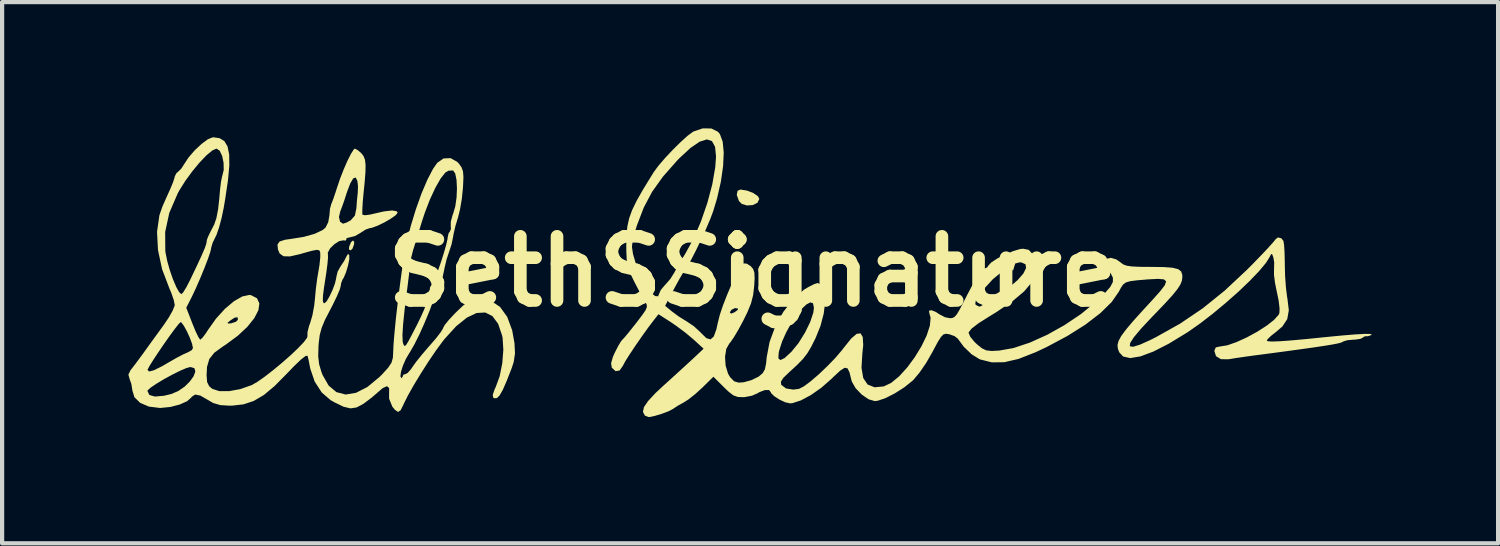
<source format=kicad_pcb>
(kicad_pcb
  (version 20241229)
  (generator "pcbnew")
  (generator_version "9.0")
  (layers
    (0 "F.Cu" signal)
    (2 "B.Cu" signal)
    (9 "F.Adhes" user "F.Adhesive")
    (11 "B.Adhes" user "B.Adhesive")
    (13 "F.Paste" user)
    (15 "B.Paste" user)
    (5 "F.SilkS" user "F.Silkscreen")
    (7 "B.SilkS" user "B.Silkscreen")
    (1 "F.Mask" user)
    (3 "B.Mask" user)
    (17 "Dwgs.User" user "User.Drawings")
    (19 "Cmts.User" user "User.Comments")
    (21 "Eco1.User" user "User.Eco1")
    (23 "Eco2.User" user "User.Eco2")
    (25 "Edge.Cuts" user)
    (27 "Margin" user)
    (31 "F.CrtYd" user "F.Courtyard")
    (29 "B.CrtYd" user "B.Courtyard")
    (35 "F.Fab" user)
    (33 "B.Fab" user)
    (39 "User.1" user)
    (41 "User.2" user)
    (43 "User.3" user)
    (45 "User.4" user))
  (footprint "SethSSignature"
    (layer "F.Cu")
    (at 14.828 3.399)
    (property "Reference" "SethSSignature" (at 0 0 0) (layer "F.SilkS") (effects (font (size 1.524 1.524) (thickness 0.3))))
    (attr board_only exclude_from_pos_files exclude_from_bom)
    (fp_poly (pts (xy -9.464 -0.701) (xy -9.466 -0.645) (xy -9.505 -0.54) (xy -9.548 -0.501) (xy -9.589 -0.523) (xy -9.582 -0.592) (xy -9.538 -0.697) (xy -9.491 -0.737)) (stroke (width 0) (type solid)) (fill yes) (layer "F.SilkS"))
    (fp_poly (pts (xy -0.134 -1.922) (xy 0.016 -1.864) (xy 0.127 -1.789) (xy 0.162 -1.724) (xy 0.117 -1.631) (xy 0.008 -1.578) (xy -0.129 -1.567) (xy -0.254 -1.604) (xy -0.322 -1.672) (xy -0.374 -1.817) (xy -0.356 -1.915) (xy -0.288 -1.946)) (stroke (width 0) (type solid)) (fill yes) (layer "F.SilkS"))
    (fp_poly (pts (xy -0.981 -3.397) (xy -0.823 -3.32) (xy -0.776 -3.265) (xy -0.709 -3.085) (xy -0.684 -2.824) (xy -0.699 -2.5) (xy -0.752 -2.132) (xy -0.842 -1.737) (xy -0.934 -1.432) (xy -1.003 -1.248) (xy -1.101 -1.017) (xy -1.217 -0.764) (xy -1.337 -0.514) (xy -1.45 -0.293) (xy -1.543 -0.127) (xy -1.593 -0.054) (xy -1.649 0.03) (xy -1.738 0.182) (xy -1.842 0.372) (xy -1.868 0.421) (xy -2.076 0.816) (xy -1.916 0.949) (xy -1.755 1.068) (xy -1.577 1.179) (xy -1.561 1.188) (xy -1.39 1.304) (xy -1.235 1.447) (xy -1.223 1.461) (xy -1.097 1.584) (xy -0.998 1.614) (xy -0.921 1.546) (xy -0.859 1.376) (xy -0.824 1.216) (xy -0.778 1.034) (xy -0.758 0.973) (xy -0.54 0.973) (xy -0.508 1.002) (xy -0.428 0.97) (xy -0.352 0.914) (xy -0.344 0.881) (xy -0.416 0.87) (xy -0.501 0.912) (xy -0.54 0.973) (xy -0.758 0.973) (xy -0.702 0.807) (xy -0.605 0.558) (xy -0.499 0.31) (xy -0.393 0.088) (xy -0.298 -0.084) (xy -0.224 -0.182) (xy -0.212 -0.192) (xy -0.135 -0.185) (xy -0.045 -0.127) (xy 0.014 -0.06) (xy 0.044 0.027) (xy 0.05 0.163) (xy 0.04 0.344) (xy 0.015 0.561) (xy -0.035 0.756) (xy -0.123 0.972) (xy -0.22 1.169) (xy -0.333 1.379) (xy -0.44 1.559) (xy -0.524 1.682) (xy -0.551 1.712) (xy -0.624 1.841) (xy -0.653 2.029) (xy -0.639 2.238) (xy -0.582 2.427) (xy -0.532 2.512) (xy -0.436 2.61) (xy -0.33 2.641) (xy -0.21 2.633) (xy -0.025 2.582) (xy 0.144 2.499) (xy 0.152 2.493) (xy 0.241 2.417) (xy 0.294 2.325) (xy 0.323 2.183) (xy 0.334 2.064) (xy 0.614 2.064) (xy 0.662 2.106) (xy 0.764 2.056) (xy 0.917 1.915) (xy 0.927 1.905) (xy 1.095 1.698) (xy 1.247 1.453) (xy 1.369 1.204) (xy 1.444 0.98) (xy 1.459 0.861) (xy 1.436 0.756) (xy 1.373 0.735) (xy 1.28 0.784) (xy 1.166 0.893) (xy 1.042 1.047) (xy 0.917 1.235) (xy 0.801 1.445) (xy 0.703 1.663) (xy 0.634 1.878) (xy 0.622 1.932) (xy 0.614 2.064) (xy 0.334 2.064) (xy 0.336 2.042) (xy 0.405 1.675) (xy 0.541 1.306) (xy 0.732 0.96) (xy 0.963 0.662) (xy 1.217 0.437) (xy 1.318 0.376) (xy 1.464 0.301) (xy 1.547 0.275) (xy 1.6 0.296) (xy 1.649 0.352) (xy 1.712 0.508) (xy 1.725 0.733) (xy 1.691 1.005) (xy 1.613 1.299) (xy 1.5 1.578) (xy 1.396 1.787) (xy 1.304 1.942) (xy 1.201 2.076) (xy 1.063 2.218) (xy 0.866 2.399) (xy 0.732 2.528) (xy 0.675 2.617) (xy 0.679 2.684) (xy 0.686 2.696) (xy 0.797 2.78) (xy 0.97 2.807) (xy 1.107 2.788) (xy 1.22 2.73) (xy 1.382 2.609) (xy 1.574 2.444) (xy 1.775 2.253) (xy 1.966 2.056) (xy 2.124 1.871) (xy 2.174 1.806) (xy 2.344 1.594) (xy 2.475 1.482) (xy 2.568 1.471) (xy 2.619 1.56) (xy 2.63 1.749) (xy 2.609 1.956) (xy 2.589 2.287) (xy 2.63 2.531) (xy 2.733 2.685) (xy 2.898 2.752) (xy 3.118 2.731) (xy 3.294 2.647) (xy 3.484 2.491) (xy 3.675 2.281) (xy 3.855 2.037) (xy 4.013 1.778) (xy 4.137 1.523) (xy 4.213 1.29) (xy 4.231 1.1) (xy 4.204 1.005) (xy 4.191 0.935) (xy 4.248 0.92) (xy 4.354 0.961) (xy 4.438 1.017) (xy 4.574 1.088) (xy 4.691 1.111) (xy 4.75 1.105) (xy 4.8 1.079) (xy 4.854 1.018) (xy 4.922 0.903) (xy 4.991 0.771) (xy 5.293 0.771) (xy 5.304 0.794) (xy 5.385 0.835) (xy 5.424 0.826) (xy 5.497 0.781) (xy 5.633 0.694) (xy 5.806 0.582) (xy 5.842 0.559) (xy 6.101 0.376) (xy 6.301 0.203) (xy 6.435 0.048) (xy 6.499 -0.08) (xy 6.486 -0.17) (xy 6.391 -0.214) (xy 6.344 -0.216) (xy 6.242 -0.189) (xy 6.215 -0.105) (xy 6.193 -0.029) (xy 6.158 -0.029) (xy 6.045 -0.038) (xy 5.891 0.036) (xy 5.709 0.185) (xy 5.516 0.395) (xy 5.376 0.576) (xy 5.304 0.696) (xy 5.293 0.771) (xy 4.991 0.771) (xy 5.018 0.72) (xy 5.109 0.54) (xy 5.201 0.367) (xy 5.285 0.224) (xy 5.331 0.158) (xy 5.392 0.059) (xy 5.404 0.009) (xy 5.448 -0.047) (xy 5.487 -0.054) (xy 5.577 -0.098) (xy 5.602 -0.138) (xy 5.672 -0.214) (xy 5.814 -0.307) (xy 5.996 -0.401) (xy 6.186 -0.481) (xy 6.352 -0.531) (xy 6.428 -0.54) (xy 6.563 -0.513) (xy 6.656 -0.411) (xy 6.673 -0.381) (xy 6.745 -0.169) (xy 6.735 0.04) (xy 6.64 0.253) (xy 6.454 0.473) (xy 6.174 0.709) (xy 5.795 0.965) (xy 5.638 1.061) (xy 5.372 1.229) (xy 5.205 1.357) (xy 5.136 1.445) (xy 5.134 1.459) (xy 5.172 1.55) (xy 5.27 1.67) (xy 5.332 1.73) (xy 5.451 1.826) (xy 5.553 1.875) (xy 5.681 1.889) (xy 5.859 1.88) (xy 6.198 1.82) (xy 6.585 1.692) (xy 6.998 1.506) (xy 7.412 1.275) (xy 7.805 1.011) (xy 8.153 0.725) (xy 8.158 0.72) (xy 8.367 0.519) (xy 8.499 0.368) (xy 8.561 0.25) (xy 8.562 0.149) (xy 8.51 0.047) (xy 8.488 0.019) (xy 8.41 -0.109) (xy 8.377 -0.222) (xy 8.377 -0.223) (xy 8.417 -0.303) (xy 8.516 -0.323) (xy 8.643 -0.286) (xy 8.742 -0.216) (xy 8.806 -0.168) (xy 8.888 -0.137) (xy 9.012 -0.119) (xy 9.199 -0.11) (xy 9.471 -0.108) (xy 9.772 -0.104) (xy 9.98 -0.088) (xy 10.112 -0.055) (xy 10.183 -0.000413) (xy 10.21 0.082) (xy 10.212 0.132) (xy 10.201 0.218) (xy 10.166 0.309) (xy 10.095 0.419) (xy 9.98 0.562) (xy 9.81 0.749) (xy 9.575 0.995) (xy 9.495 1.077) (xy 9.237 1.352) (xy 9.062 1.56) (xy 8.971 1.701) (xy 8.964 1.777) (xy 9.041 1.79) (xy 9.203 1.74) (xy 9.45 1.629) (xy 9.588 1.559) (xy 10.161 1.238) (xy 10.696 0.876) (xy 11.217 0.456) (xy 11.748 -0.041) (xy 11.889 -0.183) (xy 12.079 -0.379) (xy 12.24 -0.549) (xy 12.357 -0.679) (xy 12.417 -0.751) (xy 12.421 -0.759) (xy 12.48 -0.808) (xy 12.563 -0.788) (xy 12.613 -0.725) (xy 12.628 -0.635) (xy 12.639 -0.467) (xy 12.645 -0.25) (xy 12.646 -0.147) (xy 12.653 0.118) (xy 12.673 0.385) (xy 12.7 0.604) (xy 12.708 0.647) (xy 12.741 0.921) (xy 12.704 1.132) (xy 12.588 1.308) (xy 12.443 1.432) (xy 12.315 1.533) (xy 12.233 1.614) (xy 12.217 1.641) (xy 12.248 1.659) (xy 12.349 1.665) (xy 12.527 1.658) (xy 12.791 1.639) (xy 13.148 1.607) (xy 13.538 1.567) (xy 13.978 1.524) (xy 14.313 1.496) (xy 14.546 1.483) (xy 14.678 1.485) (xy 14.712 1.502) (xy 14.702 1.511) (xy 14.614 1.541) (xy 14.584 1.536) (xy 14.525 1.549) (xy 14.511 1.566) (xy 14.439 1.602) (xy 14.306 1.621) (xy 14.275 1.621) (xy 14.129 1.634) (xy 14.03 1.665) (xy 14.021 1.672) (xy 13.984 1.69) (xy 13.899 1.712) (xy 13.758 1.739) (xy 13.553 1.772) (xy 13.275 1.813) (xy 12.916 1.863) (xy 12.467 1.924) (xy 11.919 1.996) (xy 11.916 1.996) (xy 11.686 2.028) (xy 11.474 2.059) (xy 11.323 2.084) (xy 11.308 2.086) (xy 11.129 2.085) (xy 11.011 2.012) (xy 10.971 1.885) (xy 11.006 1.804) (xy 11.105 1.783) (xy 11.279 1.755) (xy 11.499 1.678) (xy 11.743 1.567) (xy 11.989 1.433) (xy 12.212 1.29) (xy 12.389 1.152) (xy 12.498 1.03) (xy 12.518 0.986) (xy 12.521 0.874) (xy 12.5 0.697) (xy 12.458 0.49) (xy 12.456 0.484) (xy 12.413 0.273) (xy 12.389 0.084) (xy 12.389 -0.042) (xy 12.389 -0.043) (xy 12.394 -0.208) (xy 12.376 -0.324) (xy 12.344 -0.414) (xy 12.317 -0.407) (xy 12.293 -0.356) (xy 12.2 -0.206) (xy 12.035 -0.008) (xy 11.811 0.226) (xy 11.544 0.481) (xy 11.248 0.743) (xy 10.939 1) (xy 10.632 1.237) (xy 10.341 1.441) (xy 10.322 1.453) (xy 9.892 1.715) (xy 9.522 1.904) (xy 9.215 2.018) (xy 8.975 2.058) (xy 8.804 2.021) (xy 8.711 1.919) (xy 8.679 1.832) (xy 8.671 1.746) (xy 8.696 1.651) (xy 8.759 1.534) (xy 8.87 1.384) (xy 9.034 1.189) (xy 9.261 0.937) (xy 9.494 0.684) (xy 9.684 0.472) (xy 9.796 0.326) (xy 9.826 0.234) (xy 9.773 0.188) (xy 9.634 0.176) (xy 9.407 0.188) (xy 9.39 0.189) (xy 9.14 0.21) (xy 8.974 0.231) (xy 8.869 0.262) (xy 8.802 0.313) (xy 8.748 0.395) (xy 8.705 0.478) (xy 8.532 0.727) (xy 8.263 0.991) (xy 7.91 1.262) (xy 7.482 1.532) (xy 6.991 1.794) (xy 6.721 1.921) (xy 6.323 2.077) (xy 5.983 2.156) (xy 5.686 2.16) (xy 5.414 2.092) (xy 5.39 2.083) (xy 5.204 1.967) (xy 5.018 1.788) (xy 4.878 1.598) (xy 4.799 1.536) (xy 4.675 1.492) (xy 4.598 1.48) (xy 4.538 1.495) (xy 4.479 1.553) (xy 4.405 1.669) (xy 4.302 1.861) (xy 4.269 1.923) (xy 4.124 2.175) (xy 3.967 2.404) (xy 3.823 2.575) (xy 3.801 2.596) (xy 3.606 2.753) (xy 3.383 2.895) (xy 3.164 3.007) (xy 2.978 3.071) (xy 2.905 3.08) (xy 2.757 3.037) (xy 2.595 2.925) (xy 2.451 2.776) (xy 2.36 2.619) (xy 2.349 2.58) (xy 2.305 2.4) (xy 2.258 2.303) (xy 2.19 2.288) (xy 2.086 2.354) (xy 1.929 2.499) (xy 1.877 2.55) (xy 1.637 2.761) (xy 1.386 2.937) (xy 1.148 3.064) (xy 0.948 3.129) (xy 0.892 3.134) (xy 0.778 3.108) (xy 0.64 3.044) (xy 0.515 2.963) (xy 0.44 2.889) (xy 0.432 2.865) (xy 0.391 2.817) (xy 0.29 2.819) (xy 0.164 2.867) (xy 0.12 2.894) (xy -0.013 2.952) (xy -0.186 2.985) (xy -0.217 2.987) (xy -0.348 2.982) (xy -0.455 2.944) (xy -0.572 2.854) (xy -0.682 2.748) (xy -0.929 2.501) (xy -1.196 2.763) (xy -1.361 2.913) (xy -1.524 3.042) (xy -1.636 3.113) (xy -1.778 3.192) (xy -1.886 3.263) (xy -1.891 3.267) (xy -1.991 3.32) (xy -2.15 3.38) (xy -2.318 3.431) (xy -2.45 3.458) (xy -2.47 3.459) (xy -2.554 3.426) (xy -2.558 3.423) (xy -2.603 3.336) (xy -2.58 3.224) (xy -2.482 3.079) (xy -2.305 2.889) (xy -2.124 2.72) (xy -1.907 2.524) (xy -1.692 2.328) (xy -1.507 2.158) (xy -1.407 2.066) (xy -1.162 1.835) (xy -1.405 1.613) (xy -1.594 1.455) (xy -1.815 1.29) (xy -1.941 1.204) (xy -2.234 1.016) (xy -2.334 1.143) (xy -2.476 1.33) (xy -2.631 1.546) (xy -2.785 1.768) (xy -2.921 1.973) (xy -3.025 2.138) (xy -3.08 2.241) (xy -3.081 2.243) (xy -3.158 2.353) (xy -3.254 2.369) (xy -3.341 2.287) (xy -3.344 2.282) (xy -3.36 2.182) (xy -3.318 2.032) (xy -3.269 1.922) (xy -3.19 1.769) (xy -3.124 1.659) (xy -3.097 1.627) (xy -3.045 1.572) (xy -2.945 1.453) (xy -2.816 1.291) (xy -2.76 1.22) (xy -2.622 1.039) (xy -2.541 0.921) (xy -2.509 0.842) (xy -2.517 0.779) (xy -2.556 0.71) (xy -2.558 0.707) (xy -2.628 0.588) (xy -2.723 0.41) (xy -2.823 0.216) (xy -2.91 0.033) (xy -2.962 -0.119) (xy -2.989 -0.279) (xy -2.998 -0.487) (xy -2.999 -0.579) (xy -2.864 -0.579) (xy -2.839 -0.412) (xy -2.773 -0.189) (xy -2.679 0.054) (xy -2.571 0.279) (xy -2.518 0.371) (xy -2.412 0.507) (xy -2.314 0.584) (xy -2.243 0.591) (xy -2.216 0.523) (xy -2.179 0.44) (xy -2.09 0.333) (xy -2.076 0.32) (xy -1.952 0.177) (xy -1.858 0.027) (xy -1.786 -0.109) (xy -1.681 -0.288) (xy -1.6 -0.418) (xy -1.405 -0.771) (xy -1.226 -1.185) (xy -1.073 -1.629) (xy -0.956 -2.07) (xy -0.885 -2.478) (xy -0.867 -2.732) (xy -0.89 -2.962) (xy -0.964 -3.097) (xy -1.086 -3.137) (xy -1.257 -3.083) (xy -1.474 -2.934) (xy -1.737 -2.691) (xy -1.8 -2.625) (xy -2.131 -2.249) (xy -2.386 -1.892) (xy -2.583 -1.52) (xy -2.743 -1.103) (xy -2.779 -0.99) (xy -2.828 -0.805) (xy -2.859 -0.643) (xy -2.864 -0.579) (xy -2.999 -0.579) (xy -2.999 -0.621) (xy -2.994 -0.861) (xy -2.974 -1.067) (xy -2.932 -1.259) (xy -2.861 -1.457) (xy -2.752 -1.681) (xy -2.599 -1.95) (xy -2.394 -2.284) (xy -2.344 -2.364) (xy -2.234 -2.513) (xy -2.076 -2.697) (xy -1.891 -2.893) (xy -1.704 -3.078) (xy -1.537 -3.228) (xy -1.412 -3.32) (xy -1.402 -3.325) (xy -1.183 -3.399)) (stroke (width 0) (type solid)) (fill yes) (layer "F.SilkS"))
    (fp_poly (pts (xy -12.661 -3.166) (xy -12.547 -3.096) (xy -12.472 -2.97) (xy -12.433 -2.778) (xy -12.43 -2.513) (xy -12.462 -2.165) (xy -12.527 -1.726) (xy -12.563 -1.513) (xy -12.614 -1.267) (xy -12.675 -1.041) (xy -12.734 -0.871) (xy -12.758 -0.821) (xy -12.827 -0.679) (xy -12.861 -0.563) (xy -12.862 -0.549) (xy -12.883 -0.459) (xy -12.939 -0.295) (xy -13.021 -0.083) (xy -13.117 0.152) (xy -13.219 0.386) (xy -13.316 0.593) (xy -13.35 0.66) (xy -13.453 0.862) (xy -13.306 1.24) (xy -13.231 1.422) (xy -13.166 1.557) (xy -13.124 1.619) (xy -13.12 1.62) (xy -13.071 1.579) (xy -12.99 1.472) (xy -12.938 1.392) (xy -12.819 1.224) (xy -12.476 1.224) (xy -12.452 1.238) (xy -12.38 1.231) (xy -12.271 1.195) (xy -12.227 1.148) (xy -12.233 1.088) (xy -12.304 1.098) (xy -12.406 1.164) (xy -12.476 1.224) (xy -12.819 1.224) (xy -12.746 1.121) (xy -12.535 0.889) (xy -12.322 0.709) (xy -12.122 0.594) (xy -11.953 0.558) (xy -11.912 0.564) (xy -11.772 0.638) (xy -11.716 0.76) (xy -11.739 0.921) (xy -11.836 1.109) (xy -12.001 1.315) (xy -12.228 1.527) (xy -12.511 1.736) (xy -12.583 1.783) (xy -12.786 1.93) (xy -12.905 2.08) (xy -12.96 2.267) (xy -12.97 2.461) (xy -12.958 2.627) (xy -12.908 2.728) (xy -12.834 2.789) (xy -12.668 2.843) (xy -12.438 2.844) (xy -12.172 2.796) (xy -11.901 2.701) (xy -11.765 2.624) (xy -11.587 2.499) (xy -11.385 2.342) (xy -11.174 2.167) (xy -10.972 1.989) (xy -10.795 1.821) (xy -10.66 1.679) (xy -10.584 1.577) (xy -10.574 1.538) (xy -10.573 1.443) (xy -10.536 1.295) (xy -10.511 1.229) (xy -10.457 1.047) (xy -10.414 0.816) (xy -10.396 0.649) (xy -10.374 0.412) (xy -10.343 0.173) (xy -10.32 0.038) (xy -10.288 -0.153) (xy -10.27 -0.327) (xy -10.268 -0.378) (xy -10.271 -0.458) (xy -10.294 -0.503) (xy -10.355 -0.513) (xy -10.474 -0.49) (xy -10.671 -0.435) (xy -10.76 -0.409) (xy -10.99 -0.357) (xy -11.142 -0.361) (xy -11.234 -0.426) (xy -11.275 -0.523) (xy -11.286 -0.639) (xy -11.236 -0.711) (xy -11.107 -0.753) (xy -10.971 -0.772) (xy -10.664 -0.821) (xy -10.405 -0.893) (xy -10.216 -0.982) (xy -10.146 -1.039) (xy -10.08 -1.169) (xy -10.059 -1.292) (xy -9.825 -1.292) (xy -9.8 -1.183) (xy -9.731 -1.135) (xy -9.727 -1.135) (xy -9.643 -1.162) (xy -9.545 -1.216) (xy -9.447 -1.327) (xy -9.411 -1.5) (xy -9.398 -1.687) (xy -9.38 -1.859) (xy -9.379 -1.864) (xy -9.373 -2.027) (xy -9.387 -2.15) (xy -9.428 -2.232) (xy -9.486 -2.211) (xy -9.556 -2.093) (xy -9.636 -1.881) (xy -9.645 -1.852) (xy -9.707 -1.662) (xy -9.766 -1.499) (xy -9.796 -1.422) (xy -9.825 -1.292) (xy -10.059 -1.292) (xy -10.052 -1.33) (xy -10.052 -1.331) (xy -10.039 -1.487) (xy -10.006 -1.607) (xy -10.005 -1.608) (xy -9.964 -1.711) (xy -9.908 -1.875) (xy -9.868 -2) (xy -9.796 -2.212) (xy -9.71 -2.431) (xy -9.621 -2.634) (xy -9.538 -2.798) (xy -9.474 -2.898) (xy -9.448 -2.918) (xy -9.381 -2.884) (xy -9.295 -2.81) (xy -9.242 -2.743) (xy -9.208 -2.658) (xy -9.193 -2.536) (xy -9.196 -2.358) (xy -9.216 -2.105) (xy -9.24 -1.869) (xy -9.26 -1.651) (xy -9.27 -1.474) (xy -9.27 -1.367) (xy -9.266 -1.348) (xy -9.204 -1.335) (xy -9.079 -1.352) (xy -9.039 -1.362) (xy -8.76 -1.426) (xy -8.562 -1.449) (xy -8.452 -1.43) (xy -8.431 -1.395) (xy -8.476 -1.337) (xy -8.59 -1.256) (xy -8.742 -1.167) (xy -8.902 -1.089) (xy -9.039 -1.038) (xy -9.1 -1.027) (xy -9.191 -0.995) (xy -9.308 -0.92) (xy -9.31 -0.919) (xy -9.443 -0.841) (xy -9.564 -0.811) (xy -9.643 -0.792) (xy -9.65 -0.762) (xy -9.666 -0.733) (xy -9.721 -0.739) (xy -9.819 -0.721) (xy -9.935 -0.647) (xy -10.036 -0.547) (xy -10.09 -0.448) (xy -10.088 -0.41) (xy -10.085 -0.33) (xy -10.099 -0.173) (xy -10.126 0.033) (xy -10.138 0.111) (xy -10.181 0.389) (xy -10.205 0.576) (xy -10.209 0.689) (xy -10.196 0.744) (xy -10.171 0.757) (xy -10.119 0.711) (xy -10.051 0.595) (xy -9.979 0.443) (xy -9.921 0.288) (xy -9.891 0.163) (xy -9.89 0.141) (xy -9.857 0.005) (xy -9.791 -0.114) (xy -9.703 -0.247) (xy -9.65 -0.351) (xy -9.61 -0.418) (xy -9.58 -0.386) (xy -9.579 -0.29) (xy -9.61 -0.14) (xy -9.658 0.022) (xy -9.713 0.151) (xy -9.737 0.186) (xy -9.775 0.281) (xy -9.782 0.339) (xy -9.806 0.429) (xy -9.873 0.587) (xy -9.969 0.786) (xy -10.033 0.91) (xy -10.158 1.151) (xy -10.236 1.339) (xy -10.282 1.51) (xy -10.306 1.702) (xy -10.311 1.768) (xy -10.318 2.012) (xy -10.297 2.202) (xy -10.241 2.39) (xy -10.214 2.46) (xy -10.07 2.712) (xy -9.885 2.867) (xy -9.667 2.924) (xy -9.42 2.883) (xy -9.15 2.745) (xy -8.864 2.509) (xy -8.795 2.44) (xy -8.655 2.285) (xy -8.577 2.167) (xy -8.544 2.051) (xy -8.538 1.937) (xy -8.529 1.74) (xy -8.511 1.513) (xy -8.317 1.513) (xy -8.311 1.667) (xy -8.302 1.706) (xy -8.282 1.755) (xy -8.261 1.772) (xy -8.23 1.746) (xy -8.178 1.663) (xy -8.096 1.509) (xy -7.976 1.277) (xy -7.875 1.07) (xy -7.799 0.899) (xy -7.759 0.786) (xy -7.757 0.754) (xy -7.746 0.69) (xy -7.729 0.676) (xy -7.689 0.603) (xy -7.674 0.483) (xy -7.66 0.371) (xy -7.626 0.324) (xy -7.592 0.277) (xy -7.536 0.15) (xy -7.469 -0.029) (xy -7.397 -0.236) (xy -7.331 -0.446) (xy -7.278 -0.632) (xy -7.246 -0.77) (xy -7.242 -0.814) (xy -7.218 -0.913) (xy -7.193 -0.943) (xy -7.164 -1.013) (xy -7.17 -1.073) (xy -7.167 -1.185) (xy -7.126 -1.338) (xy -7.111 -1.376) (xy -7.061 -1.548) (xy -7.031 -1.758) (xy -7.022 -1.976) (xy -7.032 -2.175) (xy -7.063 -2.326) (xy -7.113 -2.4) (xy -7.114 -2.4) (xy -7.221 -2.394) (xy -7.298 -2.349) (xy -7.409 -2.209) (xy -7.535 -1.988) (xy -7.665 -1.708) (xy -7.786 -1.393) (xy -7.862 -1.162) (xy -7.933 -0.927) (xy -7.998 -0.714) (xy -8.048 -0.556) (xy -8.062 -0.513) (xy -8.107 -0.339) (xy -8.135 -0.162) (xy -8.15 -0.016) (xy -8.176 0.195) (xy -8.205 0.428) (xy -8.21 0.459) (xy -8.266 0.912) (xy -8.302 1.263) (xy -8.317 1.513) (xy -8.511 1.513) (xy -8.506 1.46) (xy -8.473 1.122) (xy -8.43 0.75) (xy -8.383 0.37) (xy -8.334 0.005) (xy -8.285 -0.321) (xy -8.239 -0.582) (xy -8.22 -0.676) (xy -8.12 -1.078) (xy -7.998 -1.477) (xy -7.865 -1.85) (xy -7.726 -2.176) (xy -7.592 -2.434) (xy -7.49 -2.581) (xy -7.34 -2.685) (xy -7.173 -2.692) (xy -7.014 -2.603) (xy -6.969 -2.554) (xy -6.91 -2.467) (xy -6.878 -2.375) (xy -6.868 -2.246) (xy -6.876 -2.049) (xy -6.881 -1.971) (xy -6.907 -1.722) (xy -6.949 -1.475) (xy -6.997 -1.282) (xy -7 -1.273) (xy -7.059 -1.077) (xy -7.102 -0.889) (xy -7.113 -0.824) (xy -7.152 -0.637) (xy -7.21 -0.463) (xy -7.267 -0.292) (xy -7.315 -0.091) (xy -7.323 -0.049) (xy -7.357 0.11) (xy -7.397 0.226) (xy -7.41 0.249) (xy -7.451 0.329) (xy -7.511 0.479) (xy -7.572 0.655) (xy -7.666 0.917) (xy -7.784 1.204) (xy -7.91 1.487) (xy -8.033 1.733) (xy -8.136 1.913) (xy -8.15 1.933) (xy -8.235 2.078) (xy -8.306 2.239) (xy -8.352 2.386) (xy -8.366 2.494) (xy -8.339 2.535) (xy -8.336 2.535) (xy -8.307 2.491) (xy -8.309 2.481) (xy -8.283 2.444) (xy -8.259 2.445) (xy -8.193 2.412) (xy -8.108 2.314) (xy -8.084 2.277) (xy -7.994 2.15) (xy -7.856 1.978) (xy -7.697 1.792) (xy -7.661 1.752) (xy -7.519 1.588) (xy -7.411 1.448) (xy -7.354 1.356) (xy -7.349 1.339) (xy -7.312 1.271) (xy -7.215 1.152) (xy -7.077 1.004) (xy -7.032 0.959) (xy -6.868 0.804) (xy -6.75 0.711) (xy -6.649 0.665) (xy -6.536 0.65) (xy -6.469 0.649) (xy -6.212 0.698) (xy -5.997 0.844) (xy -5.828 1.079) (xy -5.71 1.398) (xy -5.655 1.704) (xy -5.643 1.947) (xy -5.674 2.152) (xy -5.721 2.297) (xy -5.84 2.6) (xy -5.932 2.811) (xy -6.007 2.943) (xy -6.07 3.007) (xy -6.129 3.014) (xy -6.16 3) (xy -6.172 2.933) (xy -6.127 2.799) (xy -6.1 2.743) (xy -6.007 2.49) (xy -5.945 2.179) (xy -5.92 1.859) (xy -5.938 1.576) (xy -5.948 1.527) (xy -6.043 1.245) (xy -6.179 1.061) (xy -6.35 0.975) (xy -6.554 0.987) (xy -6.785 1.096) (xy -7.041 1.302) (xy -7.316 1.604) (xy -7.359 1.658) (xy -7.517 1.873) (xy -7.696 2.136) (xy -7.878 2.421) (xy -8.048 2.701) (xy -8.188 2.949) (xy -8.283 3.14) (xy -8.288 3.153) (xy -8.359 3.296) (xy -8.422 3.338) (xy -8.498 3.285) (xy -8.558 3.21) (xy -8.634 3.022) (xy -8.634 2.912) (xy -8.633 2.771) (xy -8.684 2.725) (xy -8.788 2.773) (xy -8.881 2.853) (xy -9.043 2.993) (xy -9.224 3.13) (xy -9.256 3.152) (xy -9.406 3.231) (xy -9.55 3.253) (xy -9.716 3.214) (xy -9.93 3.11) (xy -10.023 3.058) (xy -10.235 2.875) (xy -10.402 2.616) (xy -10.508 2.305) (xy -10.518 2.252) (xy -10.546 2.107) (xy -10.572 2.004) (xy -10.617 2.007) (xy -10.726 2.091) (xy -10.894 2.252) (xy -11.066 2.431) (xy -11.357 2.725) (xy -11.612 2.937) (xy -11.851 3.077) (xy -12.092 3.157) (xy -12.355 3.187) (xy -12.424 3.189) (xy -12.646 3.175) (xy -12.814 3.125) (xy -12.938 3.053) (xy -13.118 2.949) (xy -13.241 2.924) (xy -13.322 2.977) (xy -13.332 2.994) (xy -13.433 3.083) (xy -13.61 3.162) (xy -13.829 3.219) (xy -14.058 3.242) (xy -14.077 3.243) (xy -14.339 3.211) (xy -14.548 3.122) (xy -14.685 2.987) (xy -14.73 2.838) (xy -14.375 2.838) (xy -14.33 2.934) (xy -14.197 2.972) (xy -13.982 2.953) (xy -13.81 2.912) (xy -13.645 2.842) (xy -13.492 2.737) (xy -13.366 2.612) (xy -13.277 2.487) (xy -13.237 2.376) (xy -13.26 2.298) (xy -13.353 2.27) (xy -13.449 2.295) (xy -13.603 2.361) (xy -13.789 2.454) (xy -13.984 2.56) (xy -14.162 2.667) (xy -14.299 2.76) (xy -14.37 2.825) (xy -14.375 2.838) (xy -14.73 2.838) (xy -14.732 2.833) (xy -14.757 2.673) (xy -14.798 2.558) (xy -14.828 2.451) (xy -14.777 2.346) (xy -14.77 2.337) (xy -14.372 2.337) (xy -14.338 2.377) (xy -14.222 2.348) (xy -14.025 2.25) (xy -13.886 2.169) (xy -13.698 2.061) (xy -13.532 1.973) (xy -13.421 1.924) (xy -13.416 1.922) (xy -13.322 1.869) (xy -13.294 1.821) (xy -13.315 1.719) (xy -13.368 1.575) (xy -13.438 1.422) (xy -13.51 1.291) (xy -13.568 1.213) (xy -13.589 1.204) (xy -13.636 1.252) (xy -13.728 1.369) (xy -13.849 1.534) (xy -13.984 1.726) (xy -14.118 1.923) (xy -14.237 2.103) (xy -14.326 2.246) (xy -14.37 2.329) (xy -14.372 2.337) (xy -14.77 2.337) (xy -14.766 2.332) (xy -14.685 2.228) (xy -14.569 2.073) (xy -14.467 1.934) (xy -14.331 1.744) (xy -14.165 1.515) (xy -14.004 1.294) (xy -13.994 1.281) (xy -13.87 1.097) (xy -13.777 0.932) (xy -13.73 0.815) (xy -13.727 0.795) (xy -13.75 0.679) (xy -13.807 0.513) (xy -13.853 0.405) (xy -14.027 -0.053) (xy -14.125 -0.509) (xy -14.147 -0.938) (xy -13.954 -0.938) (xy -13.951 -0.49) (xy -13.945 -0.446) (xy -13.905 -0.247) (xy -13.843 -0.028) (xy -13.769 0.185) (xy -13.692 0.367) (xy -13.621 0.494) (xy -13.568 0.54) (xy -13.525 0.495) (xy -13.452 0.377) (xy -13.366 0.211) (xy -13.362 0.203) (xy -13.203 -0.13) (xy -13.089 -0.376) (xy -13.015 -0.548) (xy -12.978 -0.654) (xy -12.97 -0.696) (xy -12.964 -0.745) (xy -12.939 -0.816) (xy -12.884 -0.931) (xy -12.788 -1.117) (xy -12.788 -1.118) (xy -12.738 -1.263) (xy -12.696 -1.478) (xy -12.669 -1.726) (xy -12.668 -1.737) (xy -12.649 -1.955) (xy -12.626 -2.138) (xy -12.603 -2.252) (xy -12.598 -2.268) (xy -12.563 -2.41) (xy -12.566 -2.579) (xy -12.6 -2.743) (xy -12.658 -2.867) (xy -12.732 -2.918) (xy -12.735 -2.918) (xy -12.833 -2.875) (xy -12.973 -2.759) (xy -13.137 -2.587) (xy -13.31 -2.378) (xy -13.476 -2.151) (xy -13.619 -1.923) (xy -13.654 -1.859) (xy -13.856 -1.391) (xy -13.954 -0.938) (xy -14.147 -0.938) (xy -14.147 -0.943) (xy -14.091 -1.335) (xy -14.019 -1.543) (xy -13.932 -1.74) (xy -13.839 -1.946) (xy -13.826 -1.976) (xy -13.765 -2.124) (xy -13.73 -2.234) (xy -13.727 -2.257) (xy -13.686 -2.336) (xy -13.654 -2.362) (xy -13.574 -2.44) (xy -13.511 -2.537) (xy -13.4 -2.706) (xy -13.251 -2.879) (xy -13.088 -3.031) (xy -12.937 -3.142) (xy -12.82 -3.188) (xy -12.814 -3.188)) (stroke (width 0) (type solid)) (fill yes) (layer "F.SilkS")))
  (gr_rect
    (start -3 -3)
    (end 32.541 9.858)
    (stroke (width 0.1) (type default))
    (fill no)
    (layer "Edge.Cuts")))
</source>
